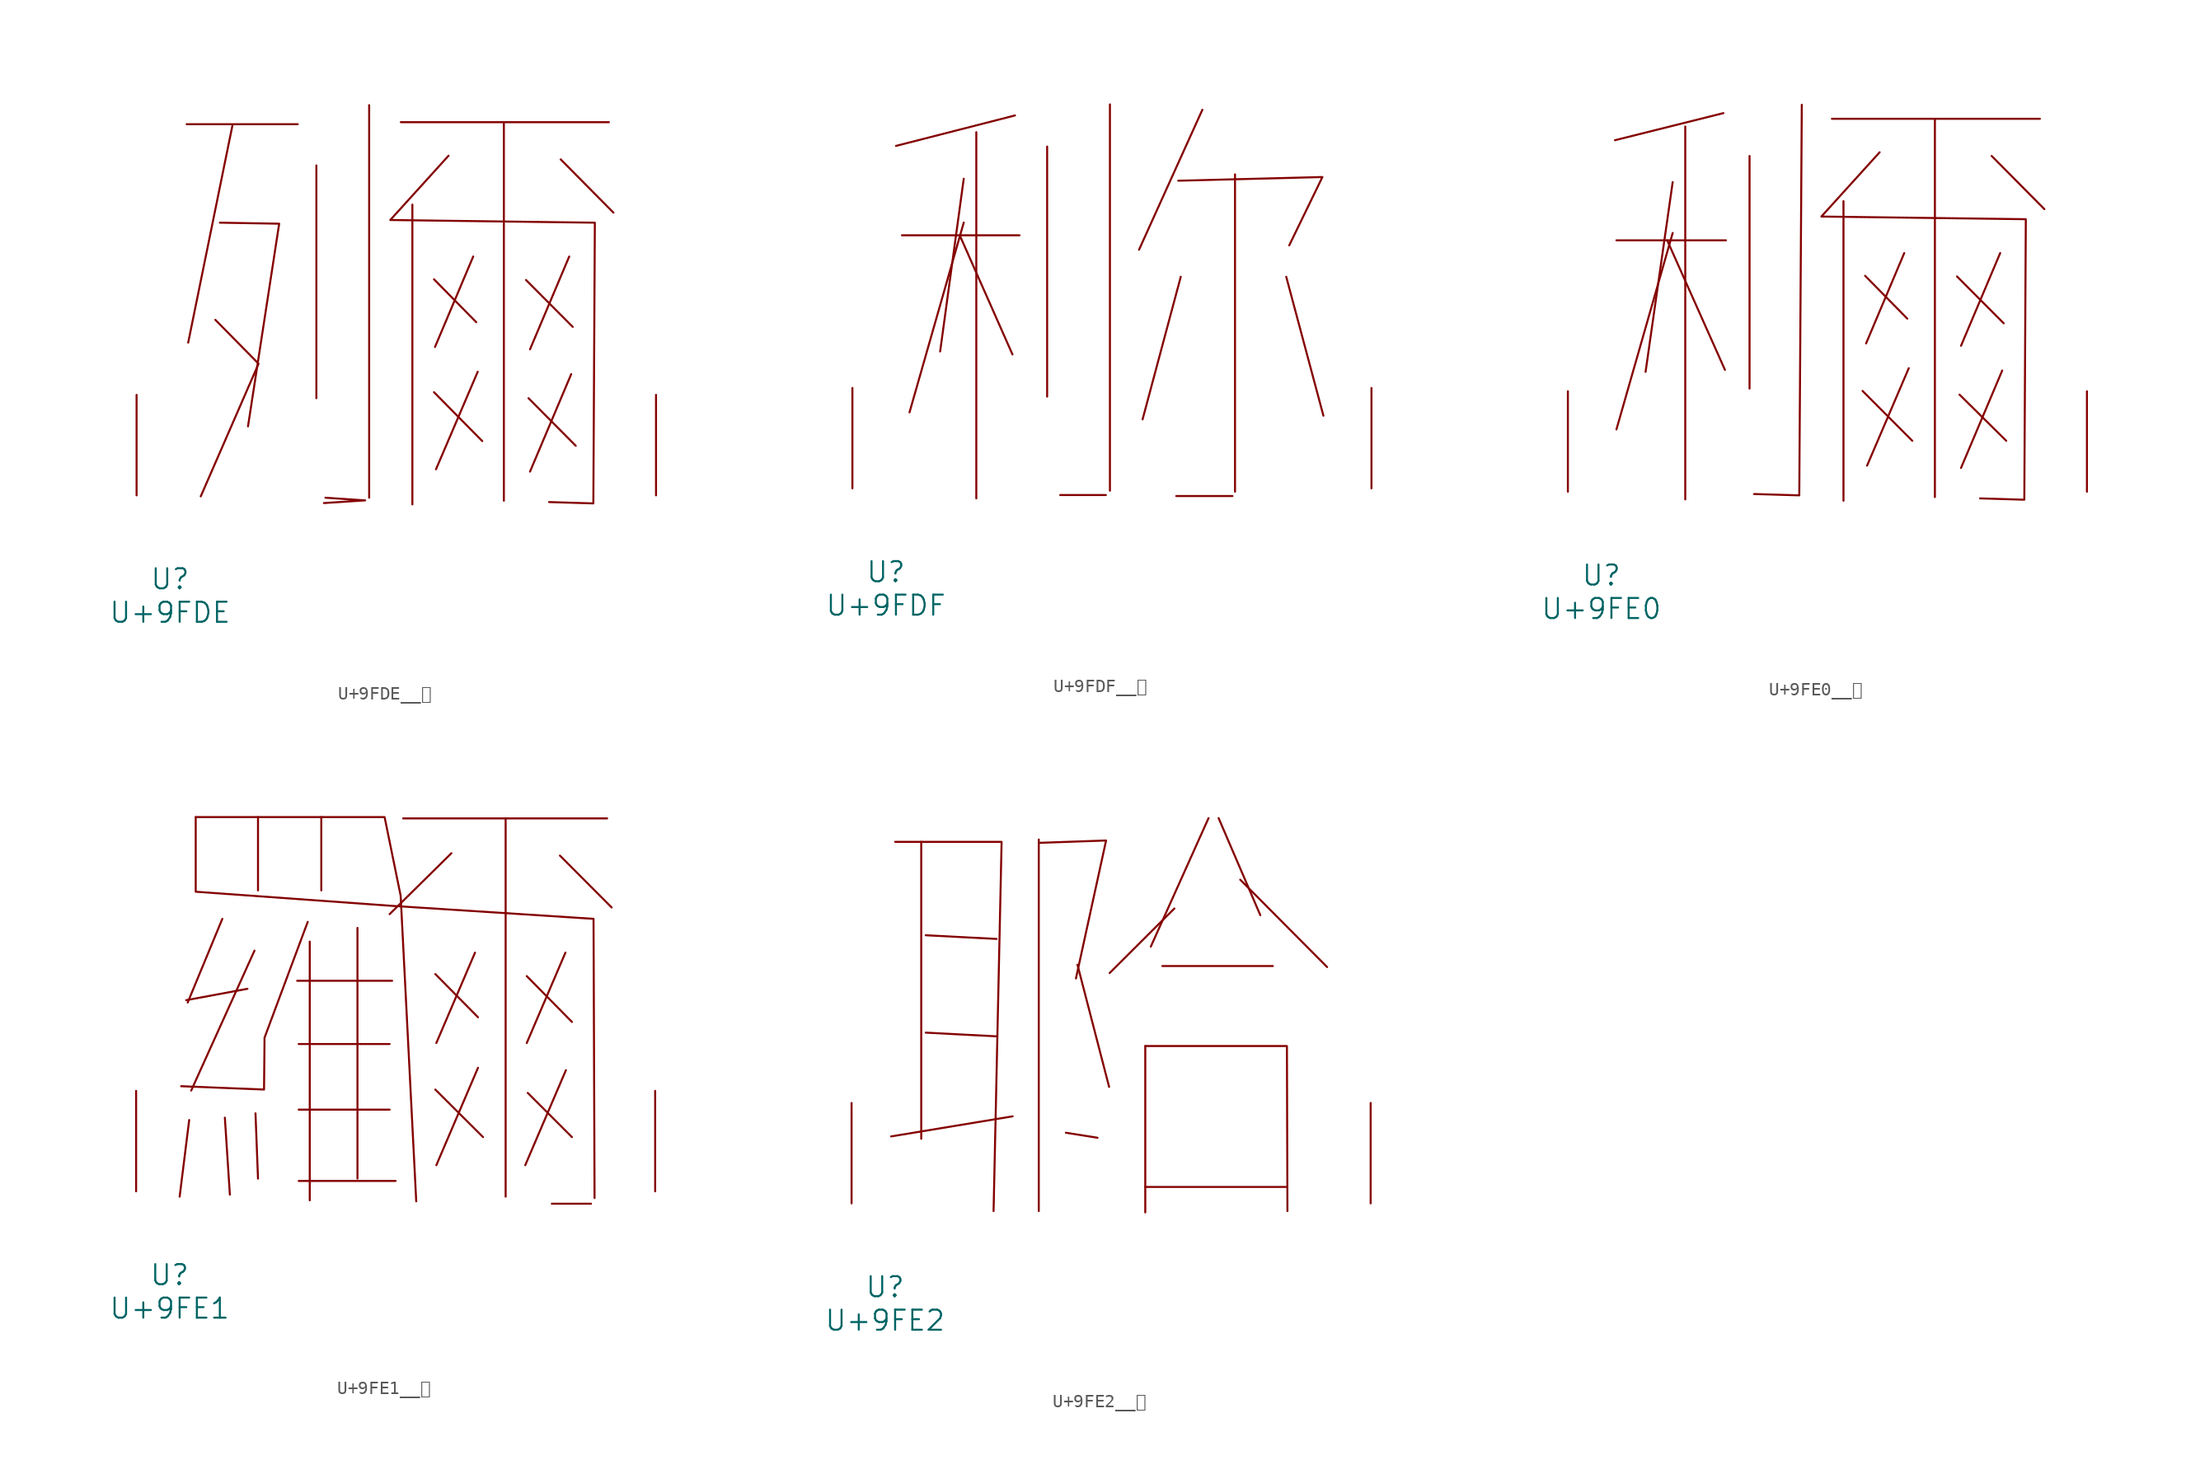
<source format=kicad_sym>
(kicad_symbol_lib
  (version 20231120)
  (generator "kicad_symbol_editor")
  (generator_version "8.0")
  (symbol "U+9FDE__鿞"
    (pin_names
      (offset 1.016))
    (property "Reference" "U"
      (at 0 -6.35 0)
      (effects (font (size 1.524 1.524))))
    (property "Value" "U+9FDE"
      (at 0 -8.89 0)
      (effects (font (size 1.524 1.524))))
    (symbol "U+9FDE__鿞_0_1"
      (polyline (pts (xy 1.257 28.143) (xy 9.677 28.143)) (stroke (width 0) (type solid)) (fill (type none)))
      (polyline (pts (xy 4.724 28.042) (xy 1.372 11.582)) (stroke (width 0) (type solid)) (fill (type none)))
      (polyline (pts (xy 11.087 25.019) (xy 11.087 7.366)) (stroke (width 0) (type solid)) (fill (type none)))
      (polyline (pts (xy 15.088 29.591) (xy 15.088 -0.178)) (stroke (width 0) (type solid)) (fill (type none)))
      (polyline (pts (xy 17.488 28.296) (xy 33.261 28.296)) (stroke (width 0) (type solid)) (fill (type none)))
      (polyline (pts (xy 18.364 22.047) (xy 18.364 -0.686)) (stroke (width 0) (type solid)) (fill (type none)))
      (polyline (pts (xy 20.003 7.823) (xy 23.66 4.115)) (stroke (width 0) (type solid)) (fill (type none)))
      (polyline (pts (xy 20.003 16.383) (xy 23.203 13.132)) (stroke (width 0) (type solid)) (fill (type none)))
      (polyline (pts (xy 22.974 18.11) (xy 20.079 11.252)) (stroke (width 0) (type solid)) (fill (type none)))
      (polyline (pts (xy 23.317 9.373) (xy 20.155 1.981)) (stroke (width 0) (type solid)) (fill (type none)))
      (polyline (pts (xy 25.298 28.296) (xy 25.298 -0.406)) (stroke (width 0) (type solid)) (fill (type none)))
      (polyline (pts (xy 26.975 16.332) (xy 30.518 12.776)) (stroke (width 0) (type solid)) (fill (type none)))
      (polyline (pts (xy 27.165 7.366) (xy 30.747 3.759)) (stroke (width 0) (type solid)) (fill (type none)))
      (polyline (pts (xy 29.604 25.476) (xy 33.604 21.438)) (stroke (width 0) (type solid)) (fill (type none)))
      (polyline (pts (xy 30.251 18.11) (xy 27.28 11.074)) (stroke (width 0) (type solid)) (fill (type none)))
      (polyline (pts (xy 30.404 9.195) (xy 27.28 1.803)) (stroke (width 0) (type solid)) (fill (type none)))
      (polyline (pts (xy 3.429 13.31) (xy 6.706 9.982) (xy 2.324 -0.076)) (stroke (width 0) (type solid)) (fill (type none)))
      (polyline (pts (xy 3.772 20.676) (xy 8.268 20.599) (xy 5.905 5.232)) (stroke (width 0) (type solid)) (fill (type none)))
      (polyline (pts (xy 11.659 -0.584) (xy 14.783 -0.381) (xy 11.773 -0.178)) (stroke (width 0) (type solid)) (fill (type none)))
      (polyline (pts (xy 21.107 25.756) (xy 16.688 20.879) (xy 32.194 20.676) (xy 32.08 -0.61) (xy 28.727 -0.508)) (stroke (width 0) (type solid)) (fill (type none)))
      (pin input line (at -2.54 0 90) (length 7.62) (name "~" (effects (font (size 1.27 1.27)))) (number "~" (effects (font (size 1.27 1.27)))))
      (pin input line (at 36.83 0 90) (length 7.62) (name "~" (effects (font (size 1.27 1.27)))) (number "~" (effects (font (size 1.27 1.27)))))))
  (symbol "U+9FDF__鿟"
    (pin_names
      (offset 1.016))
    (property "Reference" "U"
      (at 0 -6.35 0)
      (effects (font (size 1.524 1.524))))
    (property "Value" "U+9FDF"
      (at 0 -8.89 0)
      (effects (font (size 1.524 1.524))))
    (symbol "U+9FDF__鿟_0_1"
      (polyline (pts (xy 1.219 19.202) (xy 10.135 19.202)) (stroke (width 0) (type solid)) (fill (type none)))
      (polyline (pts (xy 5.601 19.202) (xy 9.601 10.16)) (stroke (width 0) (type solid)) (fill (type none)))
      (polyline (pts (xy 5.905 20.168) (xy 1.791 5.766)) (stroke (width 0) (type solid)) (fill (type none)))
      (polyline (pts (xy 5.905 23.495) (xy 4.115 10.389)) (stroke (width 0) (type solid)) (fill (type none)))
      (polyline (pts (xy 6.858 27.026) (xy 6.858 -0.762)) (stroke (width 0) (type solid)) (fill (type none)))
      (polyline (pts (xy 9.792 28.296) (xy 0.762 25.984)) (stroke (width 0) (type solid)) (fill (type none)))
      (polyline (pts (xy 12.23 25.933) (xy 12.23 6.96)) (stroke (width 0) (type solid)) (fill (type none)))
      (polyline (pts (xy 13.221 -0.508) (xy 16.688 -0.508)) (stroke (width 0) (type solid)) (fill (type none)))
      (polyline (pts (xy 16.993 29.134) (xy 16.993 -0.178)) (stroke (width 0) (type solid)) (fill (type none)))
      (polyline (pts (xy 22.022 -0.584) (xy 26.289 -0.584)) (stroke (width 0) (type solid)) (fill (type none)))
      (polyline (pts (xy 22.365 16.053) (xy 19.469 5.232)) (stroke (width 0) (type solid)) (fill (type none)))
      (polyline (pts (xy 24.003 28.727) (xy 19.202 18.11)) (stroke (width 0) (type solid)) (fill (type none)))
      (polyline (pts (xy 26.48 23.825) (xy 26.48 -0.254)) (stroke (width 0) (type solid)) (fill (type none)))
      (polyline (pts (xy 30.366 16.053) (xy 33.185 5.512)) (stroke (width 0) (type solid)) (fill (type none)))
      (polyline (pts (xy 22.174 23.343) (xy 33.109 23.622) (xy 30.594 18.44)) (stroke (width 0) (type solid)) (fill (type none)))
      (pin input line (at -2.54 0 90) (length 7.62) (name "~" (effects (font (size 1.27 1.27)))) (number "~" (effects (font (size 1.27 1.27)))))
      (pin input line (at 36.83 0 90) (length 7.62) (name "~" (effects (font (size 1.27 1.27)))) (number "~" (effects (font (size 1.27 1.27)))))))
  (symbol "U+9FE0__鿠"
    (pin_names
      (offset 1.016))
    (property "Reference" "U"
      (at 0 -6.35 0)
      (effects (font (size 1.524 1.524))))
    (property "Value" "U+9FE0"
      (at 0 -8.89 0)
      (effects (font (size 1.524 1.524))))
    (symbol "U+9FE0__鿠_0_1"
      (polyline (pts (xy 1.143 19.075) (xy 9.449 19.075)) (stroke (width 0) (type solid)) (fill (type none)))
      (polyline (pts (xy 4.991 19.075) (xy 9.373 9.246)) (stroke (width 0) (type solid)) (fill (type none)))
      (polyline (pts (xy 5.41 19.634) (xy 1.143 4.724)) (stroke (width 0) (type solid)) (fill (type none)))
      (polyline (pts (xy 5.41 23.495) (xy 3.353 9.093)) (stroke (width 0) (type solid)) (fill (type none)))
      (polyline (pts (xy 6.363 27.711) (xy 6.363 -0.584)) (stroke (width 0) (type solid)) (fill (type none)))
      (polyline (pts (xy 9.258 28.727) (xy 1.029 26.67)) (stroke (width 0) (type solid)) (fill (type none)))
      (polyline (pts (xy 11.239 25.476) (xy 11.239 7.823)) (stroke (width 0) (type solid)) (fill (type none)))
      (polyline (pts (xy 17.488 28.296) (xy 33.261 28.296)) (stroke (width 0) (type solid)) (fill (type none)))
      (polyline (pts (xy 18.364 22.047) (xy 18.364 -0.686)) (stroke (width 0) (type solid)) (fill (type none)))
      (polyline (pts (xy 19.812 7.645) (xy 23.584 3.861)) (stroke (width 0) (type solid)) (fill (type none)))
      (polyline (pts (xy 20.003 16.383) (xy 23.203 13.132)) (stroke (width 0) (type solid)) (fill (type none)))
      (polyline (pts (xy 22.974 18.11) (xy 20.079 11.252)) (stroke (width 0) (type solid)) (fill (type none)))
      (polyline (pts (xy 23.317 9.373) (xy 20.155 1.981)) (stroke (width 0) (type solid)) (fill (type none)))
      (polyline (pts (xy 25.298 28.296) (xy 25.298 -0.406)) (stroke (width 0) (type solid)) (fill (type none)))
      (polyline (pts (xy 26.975 16.332) (xy 30.518 12.776)) (stroke (width 0) (type solid)) (fill (type none)))
      (polyline (pts (xy 27.165 7.366) (xy 30.709 3.861)) (stroke (width 0) (type solid)) (fill (type none)))
      (polyline (pts (xy 29.604 25.476) (xy 33.604 21.438)) (stroke (width 0) (type solid)) (fill (type none)))
      (polyline (pts (xy 30.251 18.11) (xy 27.28 11.074)) (stroke (width 0) (type solid)) (fill (type none)))
      (polyline (pts (xy 30.404 9.195) (xy 27.28 1.803)) (stroke (width 0) (type solid)) (fill (type none)))
      (polyline (pts (xy 15.202 29.362) (xy 15.011 -0.279) (xy 11.582 -0.178)) (stroke (width 0) (type solid)) (fill (type none)))
      (polyline (pts (xy 21.107 25.756) (xy 16.688 20.879) (xy 32.194 20.676) (xy 32.08 -0.61) (xy 28.727 -0.508)) (stroke (width 0) (type solid)) (fill (type none)))
      (pin input line (at -2.54 0 90) (length 7.62) (name "~" (effects (font (size 1.27 1.27)))) (number "~" (effects (font (size 1.27 1.27)))))
      (pin input line (at 36.83 0 90) (length 7.62) (name "~" (effects (font (size 1.27 1.27)))) (number "~" (effects (font (size 1.27 1.27)))))))
  (symbol "U+9FE1__鿡"
    (pin_names
      (offset 1.016))
    (property "Reference" "U"
      (at 0 -6.35 0)
      (effects (font (size 1.524 1.524))))
    (property "Value" "U+9FE1"
      (at 0 -8.89 0)
      (effects (font (size 1.524 1.524))))
    (symbol "U+9FE1__鿡_0_1"
      (polyline (pts (xy 1.486 5.41) (xy 0.762 -0.406)) (stroke (width 0) (type solid)) (fill (type none)))
      (polyline (pts (xy 4 20.676) (xy 1.372 14.326)) (stroke (width 0) (type solid)) (fill (type none)))
      (polyline (pts (xy 4.191 5.588) (xy 4.572 -0.254)) (stroke (width 0) (type solid)) (fill (type none)))
      (polyline (pts (xy 5.905 15.367) (xy 1.257 14.503)) (stroke (width 0) (type solid)) (fill (type none)))
      (polyline (pts (xy 6.439 18.263) (xy 1.638 7.645)) (stroke (width 0) (type solid)) (fill (type none)))
      (polyline (pts (xy 6.515 5.918) (xy 6.706 0.965)) (stroke (width 0) (type solid)) (fill (type none)))
      (polyline (pts (xy 6.706 28.397) (xy 6.706 22.835)) (stroke (width 0) (type solid)) (fill (type none)))
      (polyline (pts (xy 9.677 15.977) (xy 16.878 15.977)) (stroke (width 0) (type solid)) (fill (type none)))
      (polyline (pts (xy 9.792 0.787) (xy 17.145 0.787)) (stroke (width 0) (type solid)) (fill (type none)))
      (polyline (pts (xy 9.792 6.198) (xy 16.688 6.198)) (stroke (width 0) (type solid)) (fill (type none)))
      (polyline (pts (xy 9.792 11.176) (xy 16.688 11.176)) (stroke (width 0) (type solid)) (fill (type none)))
      (polyline (pts (xy 10.63 18.948) (xy 10.63 -0.686)) (stroke (width 0) (type solid)) (fill (type none)))
      (polyline (pts (xy 11.506 28.397) (xy 11.506 22.835)) (stroke (width 0) (type solid)) (fill (type none)))
      (polyline (pts (xy 14.249 19.99) (xy 14.249 0.965)) (stroke (width 0) (type solid)) (fill (type none)))
      (polyline (pts (xy 17.716 28.296) (xy 33.185 28.296)) (stroke (width 0) (type solid)) (fill (type none)))
      (polyline (pts (xy 20.155 7.722) (xy 23.774 4.115)) (stroke (width 0) (type solid)) (fill (type none)))
      (polyline (pts (xy 20.155 16.485) (xy 23.393 13.208)) (stroke (width 0) (type solid)) (fill (type none)))
      (polyline (pts (xy 21.374 25.654) (xy 16.688 21.031)) (stroke (width 0) (type solid)) (fill (type none)))
      (polyline (pts (xy 23.165 18.11) (xy 20.231 11.252)) (stroke (width 0) (type solid)) (fill (type none)))
      (polyline (pts (xy 23.393 9.373) (xy 20.231 1.981)) (stroke (width 0) (type solid)) (fill (type none)))
      (polyline (pts (xy 25.489 28.296) (xy 25.489 -0.406)) (stroke (width 0) (type solid)) (fill (type none)))
      (polyline (pts (xy 27.089 16.332) (xy 30.518 12.852)) (stroke (width 0) (type solid)) (fill (type none)))
      (polyline (pts (xy 27.165 7.468) (xy 30.518 4.115)) (stroke (width 0) (type solid)) (fill (type none)))
      (polyline (pts (xy 28.994 -0.94) (xy 31.966 -0.94)) (stroke (width 0) (type solid)) (fill (type none)))
      (polyline (pts (xy 29.604 25.476) (xy 33.528 21.539)) (stroke (width 0) (type solid)) (fill (type none)))
      (polyline (pts (xy 30.023 18.11) (xy 27.089 11.252)) (stroke (width 0) (type solid)) (fill (type none)))
      (polyline (pts (xy 30.061 9.195) (xy 26.975 1.981)) (stroke (width 0) (type solid)) (fill (type none)))
      (polyline (pts (xy 1.981 28.397) (xy 16.307 28.397) (xy 17.526 22.428) (xy 18.707 -0.762)) (stroke (width 0) (type solid)) (fill (type none)))
      (polyline (pts (xy 10.477 20.447) (xy 7.201 11.659) (xy 7.163 7.722) (xy 0.876 7.976)) (stroke (width 0) (type solid)) (fill (type none)))
      (polyline (pts (xy 1.981 28.397) (xy 1.981 22.733) (xy 16.802 21.666) (xy 32.156 20.676) (xy 32.233 -0.508)) (stroke (width 0) (type solid)) (fill (type none)))
      (pin input line (at -2.54 0 90) (length 7.62) (name "~" (effects (font (size 1.27 1.27)))) (number "~" (effects (font (size 1.27 1.27)))))
      (pin input line (at 36.83 0 90) (length 7.62) (name "~" (effects (font (size 1.27 1.27)))) (number "~" (effects (font (size 1.27 1.27)))))))
  (symbol "U+9FE2__鿢"
    (pin_names
      (offset 1.016))
    (property "Reference" "U"
      (at 0 -6.35 0)
      (effects (font (size 1.524 1.524))))
    (property "Value" "U+9FE2"
      (at 0 -8.89 0)
      (effects (font (size 1.524 1.524))))
    (symbol "U+9FE2__鿢_0_1"
      (polyline (pts (xy 2.743 27.432) (xy 2.743 4.902)) (stroke (width 0) (type solid)) (fill (type none)))
      (polyline (pts (xy 3.086 12.954) (xy 8.458 12.675)) (stroke (width 0) (type solid)) (fill (type none)))
      (polyline (pts (xy 3.086 20.345) (xy 8.458 20.066)) (stroke (width 0) (type solid)) (fill (type none)))
      (polyline (pts (xy 9.677 6.604) (xy 0.457 5.08)) (stroke (width 0) (type solid)) (fill (type none)))
      (polyline (pts (xy 11.659 27.61) (xy 11.659 -0.584)) (stroke (width 0) (type solid)) (fill (type none)))
      (polyline (pts (xy 14.592 18.11) (xy 16.993 8.839)) (stroke (width 0) (type solid)) (fill (type none)))
      (polyline (pts (xy 16.116 4.978) (xy 13.716 5.359)) (stroke (width 0) (type solid)) (fill (type none)))
      (polyline (pts (xy 19.736 1.245) (xy 30.404 1.245)) (stroke (width 0) (type solid)) (fill (type none)))
      (polyline (pts (xy 19.736 11.938) (xy 19.736 -0.686)) (stroke (width 0) (type solid)) (fill (type none)))
      (polyline (pts (xy 21.031 18.009) (xy 29.413 18.009)) (stroke (width 0) (type solid)) (fill (type none)))
      (polyline (pts (xy 21.946 22.377) (xy 17.031 17.475)) (stroke (width 0) (type solid)) (fill (type none)))
      (polyline (pts (xy 24.536 29.235) (xy 20.155 19.482)) (stroke (width 0) (type solid)) (fill (type none)))
      (polyline (pts (xy 25.298 29.235) (xy 28.461 21.869)) (stroke (width 0) (type solid)) (fill (type none)))
      (polyline (pts (xy 26.937 24.562) (xy 33.528 17.932)) (stroke (width 0) (type solid)) (fill (type none)))
      (polyline (pts (xy 0.762 27.432) (xy 8.839 27.432) (xy 8.23 -0.584)) (stroke (width 0) (type solid)) (fill (type none)))
      (polyline (pts (xy 11.659 27.356) (xy 16.764 27.534) (xy 14.478 17.069)) (stroke (width 0) (type solid)) (fill (type none)))
      (polyline (pts (xy 19.736 11.938) (xy 30.48 11.938) (xy 30.518 -0.584)) (stroke (width 0) (type solid)) (fill (type none)))
      (pin input line (at -2.54 0 90) (length 7.62) (name "~" (effects (font (size 1.27 1.27)))) (number "~" (effects (font (size 1.27 1.27)))))
      (pin input line (at 36.83 0 90) (length 7.62) (name "~" (effects (font (size 1.27 1.27)))) (number "~" (effects (font (size 1.27 1.27))))))))
</source>
